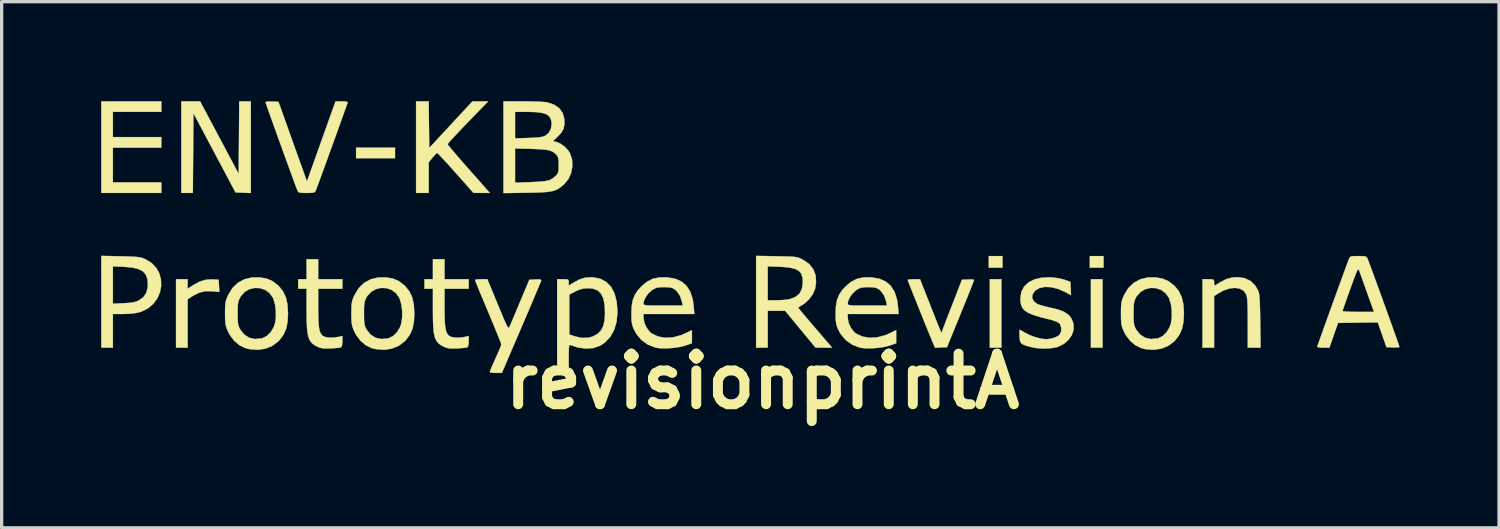
<source format=kicad_pcb>
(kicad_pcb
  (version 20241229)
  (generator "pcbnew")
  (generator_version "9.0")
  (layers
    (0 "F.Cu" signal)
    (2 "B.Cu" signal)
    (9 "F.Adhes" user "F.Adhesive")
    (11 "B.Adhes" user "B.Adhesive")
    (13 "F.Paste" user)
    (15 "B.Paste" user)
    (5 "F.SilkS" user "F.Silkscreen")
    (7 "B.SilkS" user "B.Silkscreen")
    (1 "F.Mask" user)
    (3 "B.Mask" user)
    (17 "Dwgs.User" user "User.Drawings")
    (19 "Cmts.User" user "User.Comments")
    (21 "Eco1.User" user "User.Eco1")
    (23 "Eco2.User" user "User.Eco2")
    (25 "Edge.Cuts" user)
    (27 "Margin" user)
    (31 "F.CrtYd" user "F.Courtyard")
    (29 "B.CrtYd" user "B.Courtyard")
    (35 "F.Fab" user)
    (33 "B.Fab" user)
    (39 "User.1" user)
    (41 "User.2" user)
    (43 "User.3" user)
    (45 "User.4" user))
  (footprint "revisionprintA"
    (layer "F.Cu")
    (at 19.944 8.451)
    (property "Reference" "revisionprintA" (at 0 0 0) (layer "F.SilkS") (effects (font (size 1.524 1.524) (thickness 0.3))))
    (attr through_hole)
    (fp_poly (pts (xy -11.081 -6.731) (xy -12.255 -6.731) (xy -12.255 -7.048) (xy -11.081 -7.048) (xy -11.081 -6.731)) (stroke (width 0.01) (type solid)) (fill yes) (layer "F.SilkS"))
    (fp_poly (pts (xy 7.207 -1.016) (xy 6.858 -1.016) (xy 6.858 -3.08) (xy 7.207 -3.08) (xy 7.207 -1.016)) (stroke (width 0.01) (type solid)) (fill yes) (layer "F.SilkS"))
    (fp_poly (pts (xy 7.239 -3.429) (xy 6.826 -3.429) (xy 6.826 -3.778) (xy 7.239 -3.778) (xy 7.239 -3.429)) (stroke (width 0.01) (type solid)) (fill yes) (layer "F.SilkS"))
    (fp_poly (pts (xy 10.255 -1.016) (xy 9.906 -1.016) (xy 9.906 -3.08) (xy 10.255 -3.08) (xy 10.255 -1.016)) (stroke (width 0.01) (type solid)) (fill yes) (layer "F.SilkS"))
    (fp_poly (pts (xy 10.287 -3.429) (xy 9.874 -3.429) (xy 9.874 -3.778) (xy 10.287 -3.778) (xy 10.287 -3.429)) (stroke (width 0.01) (type solid)) (fill yes) (layer "F.SilkS"))
    (fp_poly (pts (xy -18.129 -8.128) (xy -19.59 -8.128) (xy -19.59 -7.366) (xy -18.129 -7.366) (xy -18.129 -7.048) (xy -19.59 -7.048) (xy -19.59 -6.001) (xy -18.129 -6.001) (xy -18.129 -5.683) (xy -19.939 -5.683) (xy -19.939 -8.445) (xy -18.129 -8.445) (xy -18.129 -8.128)) (stroke (width 0.01) (type solid)) (fill yes) (layer "F.SilkS"))
    (fp_poly (pts (xy -16.378 -7.35) (xy -15.796 -6.255) (xy -15.787 -7.35) (xy -15.779 -8.445) (xy -15.431 -8.445) (xy -15.431 -5.68) (xy -15.661 -5.69) (xy -15.891 -5.699) (xy -17.161 -8.089) (xy -17.169 -6.886) (xy -17.178 -5.683) (xy -17.526 -5.683) (xy -17.526 -8.445) (xy -17.243 -8.446) (xy -16.96 -8.446) (xy -16.378 -7.35)) (stroke (width 0.01) (type solid)) (fill yes) (layer "F.SilkS"))
    (fp_poly (pts (xy -17.335 -2.795) (xy -17.167 -2.902) (xy -16.977 -3.006) (xy -16.798 -3.062) (xy -16.61 -3.076) (xy -16.573 -3.074) (xy -16.399 -3.064) (xy -16.38 -2.697) (xy -16.58 -2.717) (xy -16.792 -2.72) (xy -16.98 -2.678) (xy -17.168 -2.584) (xy -17.185 -2.573) (xy -17.335 -2.478) (xy -17.335 -1.016) (xy -17.685 -1.016) (xy -17.685 -3.08) (xy -17.335 -3.08) (xy -17.335 -2.795)) (stroke (width 0.01) (type solid)) (fill yes) (layer "F.SilkS"))
    (fp_poly (pts (xy -10.049 -7.039) (xy -8.747 -8.442) (xy -8.272 -8.445) (xy -8.527 -8.184) (xy -8.78 -7.922) (xy -8.991 -7.703) (xy -9.162 -7.524) (xy -9.295 -7.383) (xy -9.392 -7.277) (xy -9.456 -7.204) (xy -9.488 -7.161) (xy -9.493 -7.149) (xy -9.473 -7.119) (xy -9.415 -7.047) (xy -9.326 -6.94) (xy -9.21 -6.804) (xy -9.072 -6.644) (xy -8.917 -6.468) (xy -8.858 -6.401) (xy -8.222 -5.683) (xy -8.715 -5.684) (xy -9.251 -6.287) (xy -9.397 -6.451) (xy -9.53 -6.598) (xy -9.644 -6.721) (xy -9.733 -6.815) (xy -9.79 -6.873) (xy -9.81 -6.89) (xy -9.842 -6.867) (xy -9.899 -6.809) (xy -9.95 -6.749) (xy -10.065 -6.609) (xy -10.065 -5.683) (xy -10.446 -5.683) (xy -10.446 -8.445) (xy -10.066 -8.445) (xy -10.049 -7.039)) (stroke (width 0.01) (type solid)) (fill yes) (layer "F.SilkS"))
    (fp_poly (pts (xy -13.399 -3.08) (xy -12.668 -3.08) (xy -12.668 -2.794) (xy -13.399 -2.794) (xy -13.398 -2.23) (xy -13.396 -1.983) (xy -13.39 -1.79) (xy -13.377 -1.644) (xy -13.357 -1.536) (xy -13.329 -1.458) (xy -13.29 -1.401) (xy -13.268 -1.378) (xy -13.187 -1.338) (xy -13.064 -1.318) (xy -12.92 -1.32) (xy -12.774 -1.343) (xy -12.771 -1.344) (xy -12.668 -1.37) (xy -12.668 -1.211) (xy -12.675 -1.115) (xy -12.692 -1.047) (xy -12.704 -1.03) (xy -12.75 -1.018) (xy -12.843 -1.007) (xy -12.965 -0.997) (xy -13.013 -0.994) (xy -13.163 -0.99) (xy -13.27 -0.997) (xy -13.354 -1.017) (xy -13.414 -1.042) (xy -13.511 -1.094) (xy -13.588 -1.154) (xy -13.646 -1.229) (xy -13.689 -1.326) (xy -13.718 -1.454) (xy -13.736 -1.622) (xy -13.745 -1.835) (xy -13.748 -2.103) (xy -13.748 -2.147) (xy -13.748 -2.794) (xy -14.002 -2.794) (xy -14.002 -3.08) (xy -13.748 -3.08) (xy -13.748 -3.683) (xy -13.399 -3.683) (xy -13.399 -3.08)) (stroke (width 0.01) (type solid)) (fill yes) (layer "F.SilkS"))
    (fp_poly (pts (xy -9.588 -3.08) (xy -8.858 -3.08) (xy -8.858 -2.794) (xy -9.588 -2.794) (xy -9.588 -2.23) (xy -9.586 -1.983) (xy -9.58 -1.79) (xy -9.567 -1.644) (xy -9.547 -1.536) (xy -9.519 -1.458) (xy -9.48 -1.401) (xy -9.458 -1.378) (xy -9.377 -1.338) (xy -9.254 -1.318) (xy -9.11 -1.32) (xy -8.964 -1.343) (xy -8.961 -1.344) (xy -8.858 -1.37) (xy -8.858 -1.211) (xy -8.865 -1.115) (xy -8.882 -1.047) (xy -8.894 -1.03) (xy -8.94 -1.018) (xy -9.033 -1.007) (xy -9.155 -0.997) (xy -9.203 -0.994) (xy -9.353 -0.99) (xy -9.46 -0.997) (xy -9.544 -1.017) (xy -9.604 -1.042) (xy -9.701 -1.094) (xy -9.778 -1.154) (xy -9.836 -1.229) (xy -9.879 -1.326) (xy -9.908 -1.454) (xy -9.926 -1.622) (xy -9.935 -1.835) (xy -9.938 -2.103) (xy -9.938 -2.147) (xy -9.938 -2.794) (xy -10.192 -2.794) (xy -10.192 -3.08) (xy -9.938 -3.08) (xy -9.938 -3.683) (xy -9.588 -3.683) (xy -9.588 -3.08)) (stroke (width 0.01) (type solid)) (fill yes) (layer "F.SilkS"))
    (fp_poly (pts (xy -19.36 -3.772) (xy -19.149 -3.767) (xy -18.991 -3.761) (xy -18.873 -3.753) (xy -18.785 -3.741) (xy -18.714 -3.725) (xy -18.65 -3.702) (xy -18.612 -3.685) (xy -18.425 -3.572) (xy -18.284 -3.425) (xy -18.189 -3.255) (xy -18.14 -3.068) (xy -18.134 -2.874) (xy -18.172 -2.682) (xy -18.251 -2.501) (xy -18.371 -2.338) (xy -18.531 -2.202) (xy -18.731 -2.103) (xy -18.798 -2.082) (xy -18.931 -2.055) (xy -19.103 -2.038) (xy -19.282 -2.032) (xy -19.59 -2.032) (xy -19.59 -1.016) (xy -19.939 -1.016) (xy -19.939 -2.341) (xy -19.59 -2.341) (xy -19.264 -2.356) (xy -19.089 -2.368) (xy -18.96 -2.386) (xy -18.862 -2.414) (xy -18.807 -2.439) (xy -18.666 -2.541) (xy -18.576 -2.68) (xy -18.536 -2.857) (xy -18.534 -2.917) (xy -18.548 -3.088) (xy -18.598 -3.221) (xy -18.689 -3.321) (xy -18.826 -3.39) (xy -19.014 -3.434) (xy -19.248 -3.454) (xy -19.59 -3.469) (xy -19.59 -2.341) (xy -19.939 -2.341) (xy -19.939 -3.784) (xy -19.36 -3.772)) (stroke (width 0.01) (type solid)) (fill yes) (layer "F.SilkS"))
    (fp_poly (pts (xy 14.542 -3.113) (xy 14.717 -3.029) (xy 14.858 -2.893) (xy 14.944 -2.746) (xy 14.962 -2.698) (xy 14.977 -2.639) (xy 14.987 -2.559) (xy 14.996 -2.452) (xy 15.002 -2.308) (xy 15.007 -2.119) (xy 15.011 -1.876) (xy 15.012 -1.818) (xy 15.023 -1.016) (xy 14.637 -1.016) (xy 14.637 -1.763) (xy 14.636 -2.019) (xy 14.633 -2.219) (xy 14.628 -2.371) (xy 14.619 -2.482) (xy 14.608 -2.562) (xy 14.592 -2.616) (xy 14.59 -2.622) (xy 14.514 -2.73) (xy 14.398 -2.796) (xy 14.252 -2.82) (xy 14.085 -2.802) (xy 13.905 -2.741) (xy 13.74 -2.649) (xy 13.621 -2.571) (xy 13.621 -1.016) (xy 13.271 -1.016) (xy 13.271 -3.08) (xy 13.446 -3.08) (xy 13.546 -3.078) (xy 13.598 -3.068) (xy 13.618 -3.04) (xy 13.621 -2.986) (xy 13.621 -2.985) (xy 13.625 -2.918) (xy 13.635 -2.889) (xy 13.636 -2.889) (xy 13.668 -2.905) (xy 13.737 -2.945) (xy 13.801 -2.985) (xy 13.984 -3.081) (xy 14.164 -3.131) (xy 14.335 -3.142) (xy 14.542 -3.113)) (stroke (width 0.01) (type solid)) (fill yes) (layer "F.SilkS"))
    (fp_poly (pts (xy 5.074 -2.262) (xy 5.158 -2.05) (xy 5.233 -1.86) (xy 5.298 -1.698) (xy 5.349 -1.573) (xy 5.383 -1.491) (xy 5.397 -1.46) (xy 5.398 -1.46) (xy 5.409 -1.493) (xy 5.441 -1.577) (xy 5.49 -1.704) (xy 5.552 -1.867) (xy 5.626 -2.058) (xy 5.708 -2.269) (xy 5.709 -2.27) (xy 6.017 -3.064) (xy 6.199 -3.073) (xy 6.297 -3.075) (xy 6.363 -3.068) (xy 6.382 -3.058) (xy 6.37 -3.023) (xy 6.337 -2.937) (xy 6.286 -2.806) (xy 6.218 -2.637) (xy 6.138 -2.437) (xy 6.048 -2.214) (xy 5.974 -2.032) (xy 5.566 -1.032) (xy 5.386 -1.022) (xy 5.206 -1.013) (xy 5.141 -1.164) (xy 5.1 -1.262) (xy 5.043 -1.399) (xy 4.975 -1.567) (xy 4.898 -1.756) (xy 4.816 -1.96) (xy 4.732 -2.168) (xy 4.65 -2.373) (xy 4.573 -2.565) (xy 4.504 -2.738) (xy 4.448 -2.881) (xy 4.407 -2.987) (xy 4.385 -3.047) (xy 4.381 -3.057) (xy 4.41 -3.069) (xy 4.485 -3.077) (xy 4.567 -3.08) (xy 4.752 -3.08) (xy 5.074 -2.262)) (stroke (width 0.01) (type solid)) (fill yes) (layer "F.SilkS"))
    (fp_poly (pts (xy -12.594 -8.441) (xy -12.528 -8.429) (xy -12.509 -8.416) (xy -12.52 -8.382) (xy -12.55 -8.297) (xy -12.596 -8.166) (xy -12.655 -7.998) (xy -12.726 -7.8) (xy -12.806 -7.579) (xy -12.891 -7.343) (xy -12.979 -7.099) (xy -13.068 -6.855) (xy -13.154 -6.617) (xy -13.235 -6.394) (xy -13.309 -6.193) (xy -13.372 -6.02) (xy -13.423 -5.885) (xy -13.458 -5.793) (xy -13.467 -5.771) (xy -13.487 -5.727) (xy -13.516 -5.701) (xy -13.568 -5.688) (xy -13.658 -5.684) (xy -13.748 -5.683) (xy -13.872 -5.684) (xy -13.948 -5.691) (xy -13.991 -5.708) (xy -14.015 -5.739) (xy -14.029 -5.771) (xy -14.057 -5.844) (xy -14.102 -5.964) (xy -14.161 -6.124) (xy -14.231 -6.316) (xy -14.31 -6.531) (xy -14.395 -6.765) (xy -14.483 -7.007) (xy -14.571 -7.253) (xy -14.658 -7.493) (xy -14.74 -7.72) (xy -14.814 -7.928) (xy -14.878 -8.109) (xy -14.93 -8.254) (xy -14.966 -8.358) (xy -14.984 -8.413) (xy -14.986 -8.419) (xy -14.957 -8.433) (xy -14.882 -8.44) (xy -14.791 -8.439) (xy -14.596 -8.43) (xy -14.167 -7.229) (xy -13.737 -6.029) (xy -13.306 -7.237) (xy -12.875 -8.445) (xy -12.692 -8.445) (xy -12.594 -8.441)) (stroke (width 0.01) (type solid)) (fill yes) (layer "F.SilkS"))
    (fp_poly (pts (xy -5.093 -3.135) (xy -4.881 -3.09) (xy -4.704 -2.994) (xy -4.564 -2.847) (xy -4.461 -2.651) (xy -4.397 -2.409) (xy -4.373 -2.122) (xy -4.373 -2.08) (xy -4.399 -1.798) (xy -4.473 -1.549) (xy -4.592 -1.338) (xy -4.754 -1.169) (xy -4.904 -1.072) (xy -5.103 -1.004) (xy -5.329 -0.988) (xy -5.571 -1.023) (xy -5.786 -1.094) (xy -5.809 -1.099) (xy -5.824 -1.086) (xy -5.834 -1.045) (xy -5.839 -0.968) (xy -5.842 -0.844) (xy -5.842 -0.686) (xy -5.842 -0.254) (xy -6.191 -0.254) (xy -6.191 -2.617) (xy -5.826 -2.617) (xy -5.826 -1.413) (xy -5.667 -1.359) (xy -5.454 -1.31) (xy -5.254 -1.314) (xy -5.12 -1.351) (xy -4.972 -1.432) (xy -4.865 -1.539) (xy -4.795 -1.681) (xy -4.758 -1.866) (xy -4.748 -2.064) (xy -4.76 -2.312) (xy -4.8 -2.506) (xy -4.87 -2.648) (xy -4.973 -2.744) (xy -5.111 -2.797) (xy -5.257 -2.81) (xy -5.395 -2.801) (xy -5.516 -2.769) (xy -5.638 -2.714) (xy -5.826 -2.617) (xy -6.191 -2.617) (xy -6.191 -3.08) (xy -6.017 -3.08) (xy -5.917 -3.078) (xy -5.865 -3.068) (xy -5.845 -3.04) (xy -5.842 -2.986) (xy -5.842 -2.985) (xy -5.842 -2.89) (xy -5.691 -2.981) (xy -5.509 -3.076) (xy -5.342 -3.127) (xy -5.166 -3.139) (xy -5.093 -3.135)) (stroke (width 0.01) (type solid)) (fill yes) (layer "F.SilkS"))
    (fp_poly (pts (xy 0.423 -3.773) (xy 0.635 -3.769) (xy 0.794 -3.765) (xy 0.912 -3.759) (xy 0.999 -3.749) (xy 1.066 -3.735) (xy 1.124 -3.715) (xy 1.185 -3.687) (xy 1.223 -3.667) (xy 1.404 -3.544) (xy 1.53 -3.388) (xy 1.602 -3.202) (xy 1.617 -2.988) (xy 1.589 -2.799) (xy 1.523 -2.637) (xy 1.412 -2.481) (xy 1.273 -2.352) (xy 1.194 -2.301) (xy 1.123 -2.259) (xy 1.083 -2.229) (xy 1.08 -2.223) (xy 1.099 -2.194) (xy 1.153 -2.127) (xy 1.232 -2.031) (xy 1.329 -1.916) (xy 1.342 -1.901) (xy 1.475 -1.746) (xy 1.624 -1.571) (xy 1.768 -1.403) (xy 1.852 -1.306) (xy 2.1 -1.016) (xy 1.852 -1.017) (xy 1.603 -1.017) (xy 1.144 -1.572) (xy 0.685 -2.127) (xy 0.159 -2.127) (xy 0.159 -1.016) (xy -0.191 -1.016) (xy -0.191 -2.445) (xy 0.159 -2.445) (xy 0.411 -2.445) (xy 0.557 -2.449) (xy 0.7 -2.461) (xy 0.812 -2.477) (xy 0.816 -2.478) (xy 0.99 -2.541) (xy 1.115 -2.643) (xy 1.19 -2.786) (xy 1.219 -2.971) (xy 1.219 -2.981) (xy 1.209 -3.132) (xy 1.17 -3.248) (xy 1.096 -3.334) (xy 0.981 -3.393) (xy 0.818 -3.431) (xy 0.6 -3.452) (xy 0.532 -3.455) (xy 0.159 -3.469) (xy 0.159 -2.445) (xy -0.191 -2.445) (xy -0.191 -3.784) (xy 0.423 -3.773)) (stroke (width 0.01) (type solid)) (fill yes) (layer "F.SilkS"))
    (fp_poly (pts (xy -7.982 -2.318) (xy -7.885 -2.085) (xy -7.81 -1.906) (xy -7.752 -1.775) (xy -7.709 -1.686) (xy -7.678 -1.634) (xy -7.657 -1.612) (xy -7.642 -1.616) (xy -7.636 -1.626) (xy -7.615 -1.674) (xy -7.573 -1.772) (xy -7.515 -1.91) (xy -7.444 -2.079) (xy -7.364 -2.269) (xy -7.317 -2.38) (xy -7.031 -3.064) (xy -6.846 -3.073) (xy -6.741 -3.076) (xy -6.686 -3.067) (xy -6.672 -3.046) (xy -6.673 -3.038) (xy -6.687 -3.001) (xy -6.724 -2.911) (xy -6.781 -2.774) (xy -6.856 -2.598) (xy -6.945 -2.386) (xy -7.047 -2.146) (xy -7.16 -1.884) (xy -7.271 -1.624) (xy -7.858 -0.256) (xy -8.041 -0.255) (xy -8.139 -0.259) (xy -8.205 -0.269) (xy -8.223 -0.281) (xy -8.211 -0.319) (xy -8.177 -0.402) (xy -8.126 -0.52) (xy -8.063 -0.661) (xy -8.049 -0.693) (xy -7.984 -0.838) (xy -7.93 -0.964) (xy -7.892 -1.059) (xy -7.875 -1.11) (xy -7.874 -1.114) (xy -7.886 -1.151) (xy -7.92 -1.24) (xy -7.973 -1.372) (xy -8.041 -1.541) (xy -8.123 -1.74) (xy -8.215 -1.96) (xy -8.271 -2.093) (xy -8.367 -2.322) (xy -8.455 -2.533) (xy -8.532 -2.717) (xy -8.594 -2.869) (xy -8.639 -2.98) (xy -8.664 -3.045) (xy -8.668 -3.057) (xy -8.639 -3.069) (xy -8.564 -3.077) (xy -8.482 -3.08) (xy -8.296 -3.08) (xy -7.982 -2.318)) (stroke (width 0.01) (type solid)) (fill yes) (layer "F.SilkS"))
    (fp_poly (pts (xy -14.96 -3.101) (xy -14.777 -3.024) (xy -14.611 -2.896) (xy -14.585 -2.871) (xy -14.46 -2.717) (xy -14.375 -2.539) (xy -14.326 -2.327) (xy -14.309 -2.069) (xy -14.308 -2.048) (xy -14.322 -1.795) (xy -14.364 -1.588) (xy -14.441 -1.412) (xy -14.557 -1.254) (xy -14.606 -1.203) (xy -14.781 -1.071) (xy -14.989 -0.987) (xy -15.22 -0.952) (xy -15.461 -0.97) (xy -15.592 -1.002) (xy -15.77 -1.088) (xy -15.932 -1.225) (xy -16.065 -1.403) (xy -16.115 -1.498) (xy -16.156 -1.594) (xy -16.183 -1.678) (xy -16.198 -1.768) (xy -16.205 -1.883) (xy -16.207 -2.042) (xy -16.207 -2.048) (xy -15.827 -2.048) (xy -15.826 -1.888) (xy -15.82 -1.776) (xy -15.807 -1.695) (xy -15.784 -1.628) (xy -15.75 -1.563) (xy -15.631 -1.412) (xy -15.482 -1.316) (xy -15.307 -1.276) (xy -15.11 -1.294) (xy -15.076 -1.303) (xy -14.947 -1.368) (xy -14.83 -1.482) (xy -14.741 -1.629) (xy -14.701 -1.745) (xy -14.675 -1.928) (xy -14.675 -2.13) (xy -14.701 -2.326) (xy -14.749 -2.491) (xy -14.761 -2.518) (xy -14.861 -2.66) (xy -14.995 -2.758) (xy -15.149 -2.811) (xy -15.312 -2.819) (xy -15.472 -2.781) (xy -15.615 -2.698) (xy -15.731 -2.569) (xy -15.748 -2.54) (xy -15.784 -2.469) (xy -15.807 -2.401) (xy -15.82 -2.319) (xy -15.826 -2.205) (xy -15.827 -2.048) (xy -16.207 -2.048) (xy -16.205 -2.209) (xy -16.199 -2.325) (xy -16.184 -2.415) (xy -16.157 -2.499) (xy -16.117 -2.594) (xy -16.115 -2.597) (xy -15.987 -2.81) (xy -15.823 -2.97) (xy -15.623 -3.079) (xy -15.392 -3.133) (xy -15.178 -3.136) (xy -14.96 -3.101)) (stroke (width 0.01) (type solid)) (fill yes) (layer "F.SilkS"))
    (fp_poly (pts (xy -11.15 -3.101) (xy -10.967 -3.024) (xy -10.801 -2.896) (xy -10.775 -2.871) (xy -10.65 -2.717) (xy -10.565 -2.539) (xy -10.516 -2.327) (xy -10.499 -2.069) (xy -10.498 -2.048) (xy -10.512 -1.795) (xy -10.554 -1.588) (xy -10.631 -1.412) (xy -10.747 -1.254) (xy -10.796 -1.203) (xy -10.971 -1.071) (xy -11.179 -0.987) (xy -11.41 -0.952) (xy -11.651 -0.97) (xy -11.782 -1.002) (xy -11.96 -1.088) (xy -12.122 -1.225) (xy -12.255 -1.403) (xy -12.305 -1.498) (xy -12.346 -1.594) (xy -12.373 -1.678) (xy -12.388 -1.768) (xy -12.395 -1.883) (xy -12.397 -2.042) (xy -12.397 -2.048) (xy -12.017 -2.048) (xy -12.016 -1.888) (xy -12.01 -1.776) (xy -11.997 -1.695) (xy -11.974 -1.628) (xy -11.94 -1.563) (xy -11.821 -1.412) (xy -11.672 -1.316) (xy -11.497 -1.276) (xy -11.3 -1.294) (xy -11.266 -1.303) (xy -11.137 -1.368) (xy -11.02 -1.482) (xy -10.931 -1.629) (xy -10.891 -1.745) (xy -10.865 -1.928) (xy -10.865 -2.13) (xy -10.891 -2.326) (xy -10.939 -2.491) (xy -10.951 -2.518) (xy -11.051 -2.66) (xy -11.185 -2.758) (xy -11.339 -2.811) (xy -11.502 -2.819) (xy -11.662 -2.781) (xy -11.805 -2.698) (xy -11.921 -2.569) (xy -11.938 -2.54) (xy -11.974 -2.469) (xy -11.997 -2.401) (xy -12.01 -2.319) (xy -12.016 -2.205) (xy -12.017 -2.048) (xy -12.397 -2.048) (xy -12.395 -2.209) (xy -12.389 -2.325) (xy -12.374 -2.415) (xy -12.347 -2.499) (xy -12.307 -2.594) (xy -12.305 -2.597) (xy -12.177 -2.81) (xy -12.013 -2.97) (xy -11.813 -3.079) (xy -11.582 -3.133) (xy -11.368 -3.136) (xy -11.15 -3.101)) (stroke (width 0.01) (type solid)) (fill yes) (layer "F.SilkS"))
    (fp_poly (pts (xy -2.876 -3.136) (xy -2.637 -3.096) (xy -2.441 -3.011) (xy -2.287 -2.878) (xy -2.174 -2.697) (xy -2.101 -2.468) (xy -2.073 -2.262) (xy -2.055 -2.032) (xy -3.588 -2.032) (xy -3.588 -1.915) (xy -3.561 -1.764) (xy -3.491 -1.612) (xy -3.391 -1.486) (xy -3.34 -1.444) (xy -3.151 -1.353) (xy -2.934 -1.314) (xy -2.699 -1.327) (xy -2.454 -1.392) (xy -2.31 -1.455) (xy -2.127 -1.545) (xy -2.127 -1.149) (xy -2.326 -1.08) (xy -2.477 -1.04) (xy -2.661 -1.012) (xy -2.856 -0.996) (xy -3.038 -0.995) (xy -3.187 -1.011) (xy -3.215 -1.017) (xy -3.451 -1.106) (xy -3.648 -1.245) (xy -3.803 -1.431) (xy -3.87 -1.556) (xy -3.911 -1.652) (xy -3.935 -1.744) (xy -3.948 -1.853) (xy -3.952 -1.999) (xy -3.952 -2.032) (xy -3.943 -2.263) (xy -3.928 -2.351) (xy -3.588 -2.351) (xy -3.585 -2.328) (xy -3.572 -2.311) (xy -3.541 -2.3) (xy -3.481 -2.292) (xy -3.386 -2.288) (xy -3.247 -2.286) (xy -3.054 -2.286) (xy -2.997 -2.286) (xy -2.406 -2.286) (xy -2.428 -2.405) (xy -2.489 -2.587) (xy -2.596 -2.733) (xy -2.646 -2.775) (xy -2.71 -2.812) (xy -2.791 -2.833) (xy -2.906 -2.841) (xy -2.965 -2.842) (xy -3.097 -2.838) (xy -3.189 -2.823) (xy -3.266 -2.792) (xy -3.328 -2.754) (xy -3.431 -2.664) (xy -3.517 -2.549) (xy -3.574 -2.43) (xy -3.588 -2.351) (xy -3.928 -2.351) (xy -3.911 -2.449) (xy -3.85 -2.606) (xy -3.755 -2.749) (xy -3.651 -2.863) (xy -3.485 -3.003) (xy -3.311 -3.091) (xy -3.115 -3.134) (xy -2.881 -3.137) (xy -2.876 -3.136)) (stroke (width 0.01) (type solid)) (fill yes) (layer "F.SilkS"))
    (fp_poly (pts (xy 3.284 -3.136) (xy 3.522 -3.096) (xy 3.718 -3.011) (xy 3.872 -2.878) (xy 3.985 -2.697) (xy 4.058 -2.468) (xy 4.087 -2.262) (xy 4.105 -2.032) (xy 2.572 -2.032) (xy 2.572 -1.915) (xy 2.598 -1.764) (xy 2.668 -1.612) (xy 2.768 -1.486) (xy 2.819 -1.444) (xy 3.009 -1.353) (xy 3.225 -1.314) (xy 3.461 -1.327) (xy 3.705 -1.392) (xy 3.85 -1.455) (xy 4.032 -1.545) (xy 4.032 -1.149) (xy 3.834 -1.08) (xy 3.682 -1.04) (xy 3.498 -1.012) (xy 3.304 -0.996) (xy 3.121 -0.995) (xy 2.973 -1.011) (xy 2.944 -1.017) (xy 2.708 -1.106) (xy 2.512 -1.245) (xy 2.357 -1.431) (xy 2.289 -1.556) (xy 2.249 -1.652) (xy 2.224 -1.744) (xy 2.211 -1.853) (xy 2.207 -1.999) (xy 2.207 -2.032) (xy 2.216 -2.263) (xy 2.231 -2.351) (xy 2.572 -2.351) (xy 2.574 -2.328) (xy 2.587 -2.311) (xy 2.619 -2.3) (xy 2.678 -2.292) (xy 2.773 -2.288) (xy 2.913 -2.286) (xy 3.105 -2.286) (xy 3.163 -2.286) (xy 3.754 -2.286) (xy 3.732 -2.405) (xy 3.671 -2.587) (xy 3.563 -2.733) (xy 3.514 -2.775) (xy 3.449 -2.812) (xy 3.369 -2.833) (xy 3.253 -2.841) (xy 3.194 -2.842) (xy 3.063 -2.838) (xy 2.971 -2.823) (xy 2.893 -2.792) (xy 2.832 -2.754) (xy 2.729 -2.664) (xy 2.642 -2.549) (xy 2.586 -2.43) (xy 2.572 -2.351) (xy 2.231 -2.351) (xy 2.248 -2.449) (xy 2.309 -2.606) (xy 2.405 -2.749) (xy 2.509 -2.863) (xy 2.675 -3.003) (xy 2.848 -3.091) (xy 3.045 -3.134) (xy 3.279 -3.137) (xy 3.284 -3.136)) (stroke (width 0.01) (type solid)) (fill yes) (layer "F.SilkS"))
    (fp_poly (pts (xy 12.059 -3.101) (xy 12.242 -3.024) (xy 12.408 -2.896) (xy 12.434 -2.871) (xy 12.559 -2.717) (xy 12.644 -2.539) (xy 12.694 -2.327) (xy 12.711 -2.069) (xy 12.711 -2.048) (xy 12.698 -1.795) (xy 12.655 -1.588) (xy 12.578 -1.412) (xy 12.462 -1.254) (xy 12.414 -1.203) (xy 12.238 -1.071) (xy 12.03 -0.987) (xy 11.799 -0.952) (xy 11.558 -0.97) (xy 11.427 -1.002) (xy 11.249 -1.088) (xy 11.088 -1.225) (xy 10.954 -1.403) (xy 10.904 -1.498) (xy 10.863 -1.594) (xy 10.836 -1.678) (xy 10.821 -1.768) (xy 10.814 -1.883) (xy 10.813 -2.042) (xy 10.813 -2.048) (xy 11.192 -2.048) (xy 11.193 -1.888) (xy 11.199 -1.776) (xy 11.213 -1.695) (xy 11.236 -1.628) (xy 11.269 -1.563) (xy 11.388 -1.412) (xy 11.537 -1.316) (xy 11.712 -1.276) (xy 11.909 -1.294) (xy 11.943 -1.303) (xy 12.073 -1.368) (xy 12.189 -1.482) (xy 12.278 -1.629) (xy 12.319 -1.745) (xy 12.345 -1.928) (xy 12.344 -2.13) (xy 12.319 -2.326) (xy 12.27 -2.491) (xy 12.258 -2.518) (xy 12.158 -2.66) (xy 12.025 -2.758) (xy 11.87 -2.811) (xy 11.707 -2.819) (xy 11.547 -2.781) (xy 11.404 -2.698) (xy 11.289 -2.569) (xy 11.271 -2.54) (xy 11.236 -2.469) (xy 11.212 -2.401) (xy 11.199 -2.319) (xy 11.193 -2.205) (xy 11.192 -2.048) (xy 10.813 -2.048) (xy 10.814 -2.209) (xy 10.821 -2.325) (xy 10.836 -2.415) (xy 10.862 -2.499) (xy 10.903 -2.594) (xy 10.904 -2.597) (xy 11.032 -2.81) (xy 11.197 -2.97) (xy 11.396 -3.079) (xy 11.627 -3.133) (xy 11.841 -3.136) (xy 12.059 -3.101)) (stroke (width 0.01) (type solid)) (fill yes) (layer "F.SilkS"))
    (fp_poly (pts (xy 8.714 -3.135) (xy 8.861 -3.119) (xy 9.008 -3.092) (xy 9.123 -3.06) (xy 9.128 -3.058) (xy 9.287 -2.999) (xy 9.296 -2.8) (xy 9.306 -2.601) (xy 9.129 -2.695) (xy 8.916 -2.789) (xy 8.71 -2.84) (xy 8.52 -2.849) (xy 8.356 -2.816) (xy 8.229 -2.74) (xy 8.218 -2.73) (xy 8.145 -2.623) (xy 8.133 -2.515) (xy 8.181 -2.416) (xy 8.286 -2.334) (xy 8.287 -2.333) (xy 8.359 -2.306) (xy 8.475 -2.272) (xy 8.614 -2.238) (xy 8.689 -2.221) (xy 8.921 -2.164) (xy 9.097 -2.096) (xy 9.225 -2.012) (xy 9.313 -1.906) (xy 9.368 -1.772) (xy 9.383 -1.704) (xy 9.382 -1.547) (xy 9.327 -1.39) (xy 9.225 -1.247) (xy 9.086 -1.128) (xy 8.917 -1.044) (xy 8.886 -1.034) (xy 8.703 -0.999) (xy 8.49 -0.988) (xy 8.273 -1.002) (xy 8.099 -1.035) (xy 7.952 -1.076) (xy 7.855 -1.114) (xy 7.798 -1.157) (xy 7.769 -1.217) (xy 7.756 -1.304) (xy 7.753 -1.358) (xy 7.751 -1.46) (xy 7.753 -1.532) (xy 7.759 -1.556) (xy 7.792 -1.54) (xy 7.862 -1.501) (xy 7.927 -1.462) (xy 8.071 -1.39) (xy 8.241 -1.328) (xy 8.412 -1.286) (xy 8.555 -1.27) (xy 8.693 -1.285) (xy 8.828 -1.324) (xy 8.932 -1.379) (xy 8.956 -1.399) (xy 9.004 -1.488) (xy 9.014 -1.599) (xy 8.985 -1.706) (xy 8.961 -1.743) (xy 8.889 -1.793) (xy 8.754 -1.843) (xy 8.636 -1.874) (xy 8.378 -1.939) (xy 8.175 -2.001) (xy 8.023 -2.064) (xy 7.914 -2.133) (xy 7.842 -2.213) (xy 7.8 -2.31) (xy 7.781 -2.427) (xy 7.779 -2.508) (xy 7.807 -2.695) (xy 7.889 -2.854) (xy 8.019 -2.98) (xy 8.195 -3.071) (xy 8.41 -3.125) (xy 8.66 -3.137) (xy 8.714 -3.135)) (stroke (width 0.01) (type solid)) (fill yes) (layer "F.SilkS"))
    (fp_poly (pts (xy -7.026 -8.444) (xy -6.837 -8.438) (xy -6.672 -8.431) (xy -6.546 -8.421) (xy -6.48 -8.411) (xy -6.283 -8.344) (xy -6.13 -8.238) (xy -6.027 -8.098) (xy -5.978 -7.929) (xy -5.977 -7.927) (xy -5.971 -7.753) (xy -6 -7.615) (xy -6.074 -7.491) (xy -6.161 -7.396) (xy -6.317 -7.244) (xy -6.224 -7.223) (xy -6.096 -7.171) (xy -5.966 -7.077) (xy -5.855 -6.959) (xy -5.806 -6.882) (xy -5.743 -6.695) (xy -5.732 -6.492) (xy -5.769 -6.289) (xy -5.851 -6.103) (xy -5.975 -5.952) (xy -6.063 -5.876) (xy -6.144 -5.817) (xy -6.229 -5.772) (xy -6.327 -5.74) (xy -6.448 -5.718) (xy -6.601 -5.704) (xy -6.797 -5.695) (xy -7.044 -5.69) (xy -7.104 -5.689) (xy -7.811 -5.678) (xy -7.811 -5.992) (xy -7.461 -5.992) (xy -6.993 -6.008) (xy -6.753 -6.019) (xy -6.574 -6.036) (xy -6.454 -6.058) (xy -6.413 -6.072) (xy -6.314 -6.129) (xy -6.226 -6.203) (xy -6.223 -6.206) (xy -6.181 -6.259) (xy -6.157 -6.319) (xy -6.146 -6.403) (xy -6.144 -6.524) (xy -6.147 -6.656) (xy -6.161 -6.742) (xy -6.187 -6.801) (xy -6.207 -6.826) (xy -6.268 -6.887) (xy -6.335 -6.931) (xy -6.417 -6.963) (xy -6.526 -6.985) (xy -6.672 -6.999) (xy -6.867 -7.008) (xy -6.961 -7.011) (xy -7.461 -7.024) (xy -7.461 -5.992) (xy -7.811 -5.992) (xy -7.811 -8.128) (xy -7.461 -8.128) (xy -7.461 -7.328) (xy -7.056 -7.34) (xy -6.868 -7.348) (xy -6.73 -7.36) (xy -6.632 -7.377) (xy -6.562 -7.401) (xy -6.546 -7.409) (xy -6.442 -7.498) (xy -6.376 -7.627) (xy -6.356 -7.776) (xy -6.36 -7.82) (xy -6.386 -7.924) (xy -6.439 -8.003) (xy -6.524 -8.06) (xy -6.65 -8.098) (xy -6.823 -8.12) (xy -7.05 -8.128) (xy -7.11 -8.128) (xy -7.461 -8.128) (xy -7.811 -8.128) (xy -7.811 -8.445) (xy -7.225 -8.446) (xy -7.026 -8.444)) (stroke (width 0.01) (type solid)) (fill yes) (layer "F.SilkS"))
    (fp_poly (pts (xy 18.095 -3.777) (xy 18.171 -3.771) (xy 18.213 -3.754) (xy 18.238 -3.723) (xy 18.252 -3.691) (xy 18.28 -3.617) (xy 18.326 -3.496) (xy 18.385 -3.335) (xy 18.455 -3.143) (xy 18.534 -2.927) (xy 18.619 -2.694) (xy 18.707 -2.451) (xy 18.796 -2.206) (xy 18.882 -1.966) (xy 18.964 -1.739) (xy 19.038 -1.531) (xy 19.103 -1.351) (xy 19.154 -1.206) (xy 19.19 -1.103) (xy 19.207 -1.05) (xy 19.209 -1.044) (xy 19.18 -1.028) (xy 19.102 -1.021) (xy 19.014 -1.022) (xy 18.819 -1.032) (xy 18.558 -1.779) (xy 17.958 -1.771) (xy 17.359 -1.762) (xy 17.228 -1.389) (xy 17.098 -1.016) (xy 16.915 -1.016) (xy 16.817 -1.02) (xy 16.751 -1.032) (xy 16.732 -1.044) (xy 16.743 -1.077) (xy 16.772 -1.163) (xy 16.818 -1.293) (xy 16.878 -1.461) (xy 16.949 -1.659) (xy 17.028 -1.88) (xy 17.113 -2.116) (xy 17.115 -2.119) (xy 17.494 -2.119) (xy 17.524 -2.111) (xy 17.607 -2.104) (xy 17.731 -2.099) (xy 17.885 -2.096) (xy 17.969 -2.095) (xy 18.444 -2.095) (xy 18.395 -2.23) (xy 18.367 -2.309) (xy 18.322 -2.433) (xy 18.267 -2.586) (xy 18.207 -2.754) (xy 18.187 -2.81) (xy 18.128 -2.975) (xy 18.074 -3.125) (xy 18.03 -3.248) (xy 18.001 -3.329) (xy 17.995 -3.346) (xy 17.982 -3.372) (xy 17.968 -3.379) (xy 17.95 -3.36) (xy 17.923 -3.309) (xy 17.886 -3.22) (xy 17.835 -3.086) (xy 17.768 -2.901) (xy 17.728 -2.79) (xy 17.659 -2.599) (xy 17.599 -2.428) (xy 17.549 -2.287) (xy 17.514 -2.183) (xy 17.496 -2.127) (xy 17.494 -2.119) (xy 17.115 -2.119) (xy 17.201 -2.36) (xy 17.29 -2.604) (xy 17.376 -2.842) (xy 17.458 -3.065) (xy 17.531 -3.266) (xy 17.595 -3.439) (xy 17.645 -3.575) (xy 17.68 -3.667) (xy 17.689 -3.691) (xy 17.71 -3.735) (xy 17.739 -3.761) (xy 17.791 -3.774) (xy 17.881 -3.778) (xy 17.971 -3.778) (xy 18.095 -3.777)) (stroke (width 0.01) (type solid)) (fill yes) (layer "F.SilkS")))
  (gr_rect
    (start -3 -3)
    (end 42.158 12.869)
    (stroke (width 0.1) (type default))
    (fill no)
    (layer "Edge.Cuts")))
</source>
